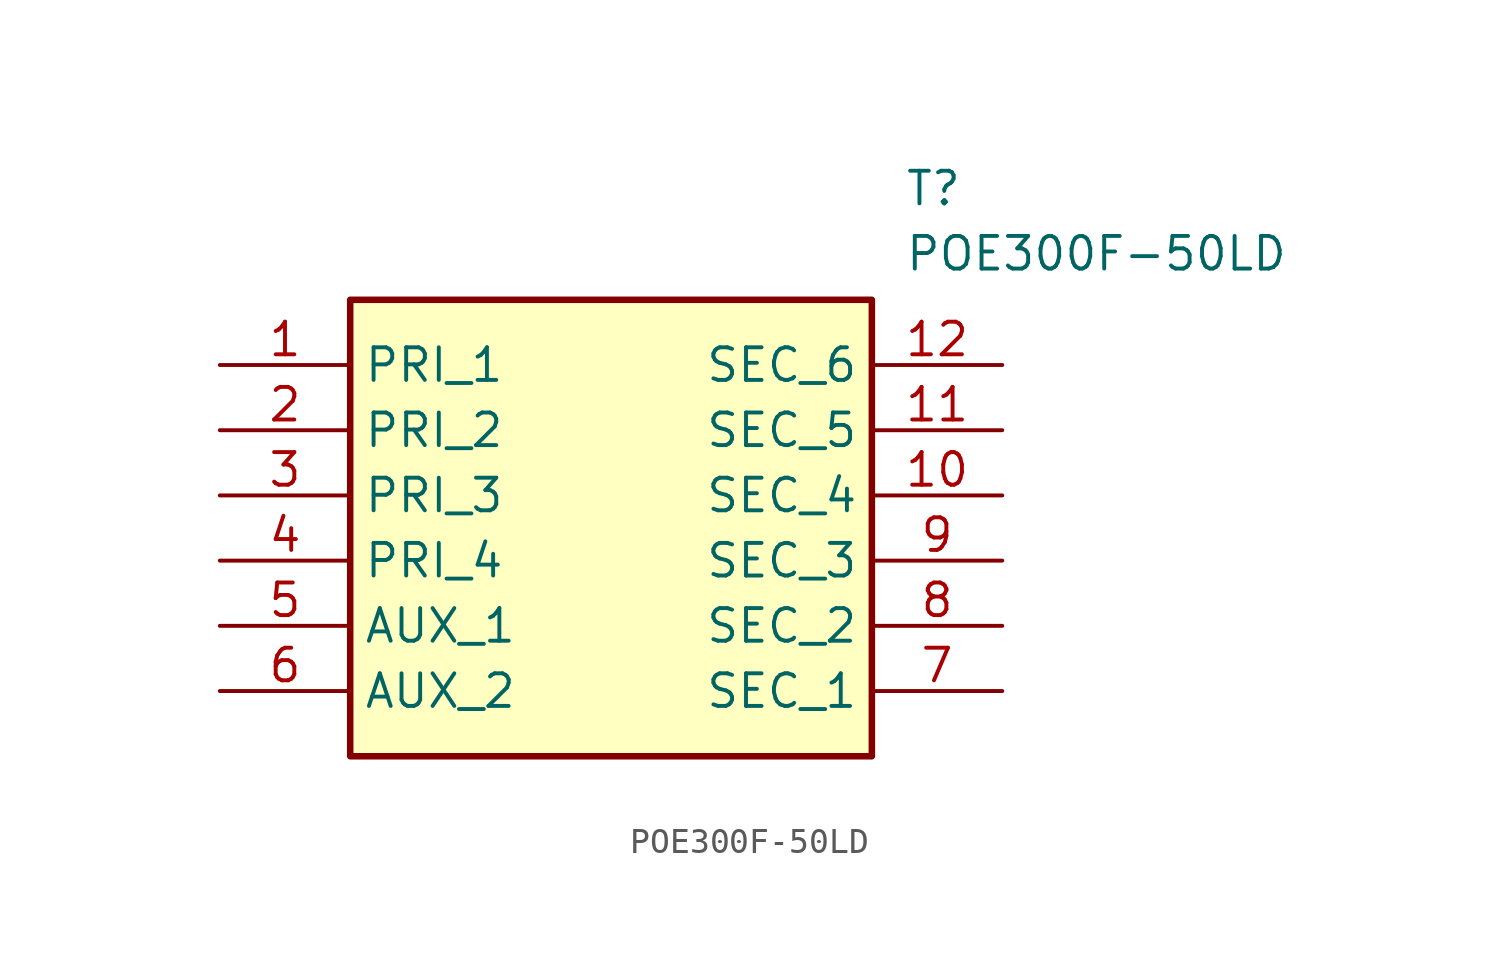
<source format=kicad_sym>
(kicad_symbol_lib
  (version 20211014)
  (generator SamacSys_ECAD_Model)
  (symbol "POE300F-50LD"
    (property "Reference" "T"
      (at 26.67 7.62 0)
      (effects (font (size 1.27 1.27)) (justify left top)))
    (property "Value" "POE300F-50LD"
      (at 26.67 5.08 0)
      (effects (font (size 1.27 1.27)) (justify left top)))
    (rectangle
      (start 5.08 2.54)
      (end 25.4 -15.24)
      (stroke (width 0.254) (type default))
      (fill (type background)))
    (pin passive line
      (at 0 0 0)
      (length 5.08)
      (name "PRI_1" (effects (font (size 1.27 1.27))))
      (number "1" (effects (font (size 1.27 1.27)))))
    (pin passive line
      (at 0 -2.54 0)
      (length 5.08)
      (name "PRI_2" (effects (font (size 1.27 1.27))))
      (number "2" (effects (font (size 1.27 1.27)))))
    (pin passive line
      (at 0 -5.08 0)
      (length 5.08)
      (name "PRI_3" (effects (font (size 1.27 1.27))))
      (number "3" (effects (font (size 1.27 1.27)))))
    (pin passive line
      (at 0 -7.62 0)
      (length 5.08)
      (name "PRI_4" (effects (font (size 1.27 1.27))))
      (number "4" (effects (font (size 1.27 1.27)))))
    (pin passive line
      (at 0 -10.16 0)
      (length 5.08)
      (name "AUX_1" (effects (font (size 1.27 1.27))))
      (number "5" (effects (font (size 1.27 1.27)))))
    (pin passive line
      (at 0 -12.7 0)
      (length 5.08)
      (name "AUX_2" (effects (font (size 1.27 1.27))))
      (number "6" (effects (font (size 1.27 1.27)))))
    (pin passive line
      (at 30.48 -12.7 180)
      (length 5.08)
      (name "SEC_1" (effects (font (size 1.27 1.27))))
      (number "7" (effects (font (size 1.27 1.27)))))
    (pin passive line
      (at 30.48 -10.16 180)
      (length 5.08)
      (name "SEC_2" (effects (font (size 1.27 1.27))))
      (number "8" (effects (font (size 1.27 1.27)))))
    (pin passive line
      (at 30.48 -7.62 180)
      (length 5.08)
      (name "SEC_3" (effects (font (size 1.27 1.27))))
      (number "9" (effects (font (size 1.27 1.27)))))
    (pin passive line
      (at 30.48 -5.08 180)
      (length 5.08)
      (name "SEC_4" (effects (font (size 1.27 1.27))))
      (number "10" (effects (font (size 1.27 1.27)))))
    (pin passive line
      (at 30.48 -2.54 180)
      (length 5.08)
      (name "SEC_5" (effects (font (size 1.27 1.27))))
      (number "11" (effects (font (size 1.27 1.27)))))
    (pin passive line
      (at 30.48 0 180)
      (length 5.08)
      (name "SEC_6" (effects (font (size 1.27 1.27))))
      (number "12" (effects (font (size 1.27 1.27)))))))
</source>
